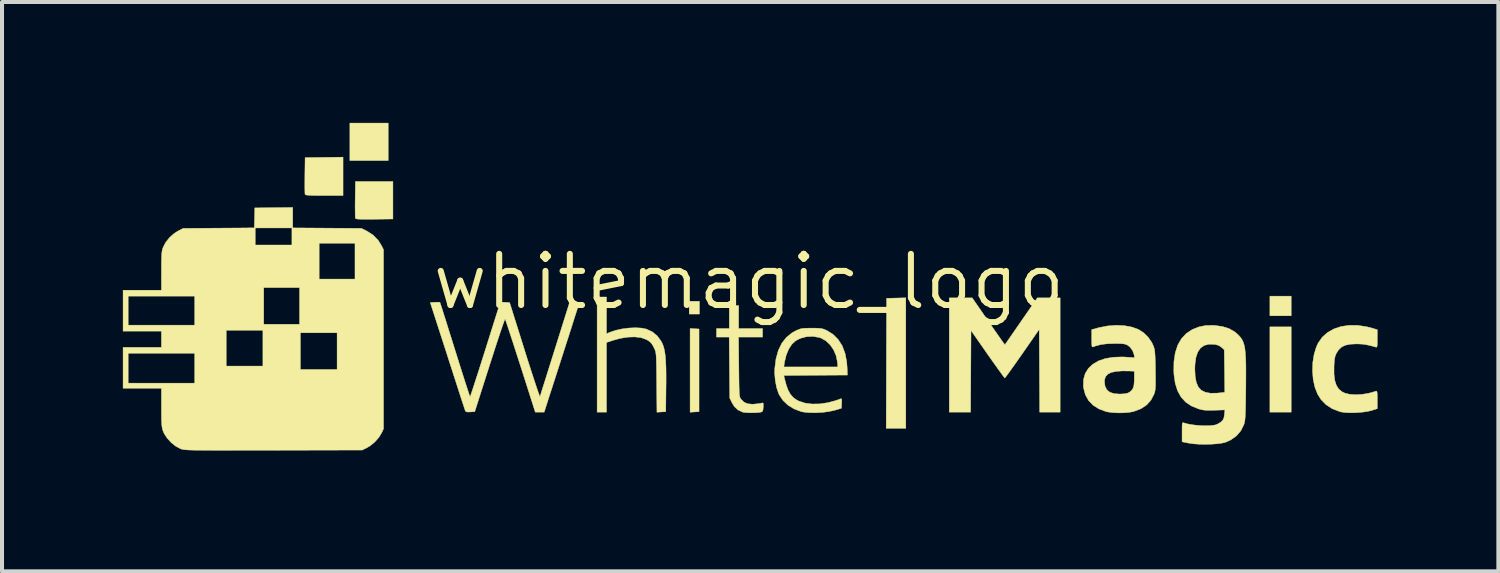
<source format=kicad_pcb>
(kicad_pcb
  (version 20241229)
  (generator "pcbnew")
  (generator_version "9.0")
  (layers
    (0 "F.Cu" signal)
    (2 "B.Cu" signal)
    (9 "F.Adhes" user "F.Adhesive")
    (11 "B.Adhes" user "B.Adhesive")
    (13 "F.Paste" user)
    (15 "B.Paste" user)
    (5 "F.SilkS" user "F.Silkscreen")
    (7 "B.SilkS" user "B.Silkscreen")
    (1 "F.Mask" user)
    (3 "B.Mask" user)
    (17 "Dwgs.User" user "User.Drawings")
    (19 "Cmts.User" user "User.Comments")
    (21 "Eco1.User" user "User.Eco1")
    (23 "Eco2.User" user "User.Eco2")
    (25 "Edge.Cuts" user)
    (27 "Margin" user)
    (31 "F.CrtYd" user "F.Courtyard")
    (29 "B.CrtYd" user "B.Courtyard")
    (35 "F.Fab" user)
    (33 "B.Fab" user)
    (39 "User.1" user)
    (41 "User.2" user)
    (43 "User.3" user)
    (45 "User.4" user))
  (footprint "whitemagic_logo"
    (layer "F.Cu")
    (at 15.541 3.942)
    (property "Reference" "whitemagic_logo" (at 0 0 0) (layer "F.SilkS") (effects (font (size 1.27 1.27) (thickness 0.15))))
    (attr through_hole)
    (fp_poly (pts (xy -8.954 -3.006) (xy -9.906 -3.006) (xy -9.906 -3.937) (xy -8.954 -3.937) (xy -8.954 -3.006)) (stroke (width 0.01) (type solid)) (fill yes) (layer "F.SilkS"))
    (fp_poly (pts (xy -1.228 0.804) (xy -1.482 0.804) (xy -1.482 0.487) (xy -1.228 0.487) (xy -1.228 0.804)) (stroke (width 0.01) (type solid)) (fill yes) (layer "F.SilkS"))
    (fp_poly (pts (xy 13.462 0.847) (xy 12.933 0.847) (xy 12.933 0.36) (xy 13.462 0.36) (xy 13.462 0.847)) (stroke (width 0.01) (type solid)) (fill yes) (layer "F.SilkS"))
    (fp_poly (pts (xy 13.462 3.239) (xy 12.933 3.239) (xy 12.933 1.122) (xy 13.462 1.122) (xy 13.462 3.239)) (stroke (width 0.01) (type solid)) (fill yes) (layer "F.SilkS"))
    (fp_poly (pts (xy -1.238 1.175) (xy -1.238 3.228) (xy -1.349 3.234) (xy -1.46 3.241) (xy -1.46 1.162) (xy -1.238 1.175)) (stroke (width 0.01) (type solid)) (fill yes) (layer "F.SilkS"))
    (fp_poly (pts (xy 3.895 3.641) (xy 3.408 3.641) (xy 3.413 2.027) (xy 3.418 0.413) (xy 3.895 0.401) (xy 3.895 3.641)) (stroke (width 0.01) (type solid)) (fill yes) (layer "F.SilkS"))
    (fp_poly (pts (xy -10.075 -2.138) (xy -10.542 -2.138) (xy -10.702 -2.138) (xy -10.825 -2.14) (xy -10.914 -2.144) (xy -10.973 -2.149) (xy -11.006 -2.156) (xy -11.018 -2.165) (xy -11.021 -2.193) (xy -11.023 -2.257) (xy -11.024 -2.35) (xy -11.024 -2.466) (xy -11.023 -2.597) (xy -11.023 -2.636) (xy -11.017 -3.08) (xy -10.546 -3.085) (xy -10.075 -3.091) (xy -10.075 -2.138)) (stroke (width 0.01) (type solid)) (fill yes) (layer "F.SilkS"))
    (fp_poly (pts (xy -8.837 -1.556) (xy -9.298 -1.55) (xy -9.456 -1.549) (xy -9.576 -1.549) (xy -9.663 -1.551) (xy -9.722 -1.555) (xy -9.755 -1.562) (xy -9.769 -1.571) (xy -9.769 -1.572) (xy -9.772 -1.6) (xy -9.774 -1.665) (xy -9.775 -1.758) (xy -9.776 -1.873) (xy -9.775 -2.004) (xy -9.774 -2.043) (xy -9.768 -2.487) (xy -8.837 -2.487) (xy -8.837 -1.556)) (stroke (width 0.01) (type solid)) (fill yes) (layer "F.SilkS"))
    (fp_poly (pts (xy 5.876 0.884) (xy 5.967 1.016) (xy 6.054 1.142) (xy 6.133 1.255) (xy 6.2 1.351) (xy 6.251 1.424) (xy 6.281 1.466) (xy 6.354 1.567) (xy 6.757 0.985) (xy 7.16 0.402) (xy 7.726 0.402) (xy 7.726 3.239) (xy 7.218 3.239) (xy 7.213 2.211) (xy 7.207 1.184) (xy 6.787 1.788) (xy 6.688 1.929) (xy 6.597 2.058) (xy 6.516 2.172) (xy 6.448 2.266) (xy 6.396 2.337) (xy 6.363 2.38) (xy 6.352 2.392) (xy 6.337 2.375) (xy 6.301 2.328) (xy 6.247 2.253) (xy 6.177 2.156) (xy 6.094 2.04) (xy 6.002 1.91) (xy 5.926 1.802) (xy 5.514 1.212) (xy 5.503 3.239) (xy 4.974 3.239) (xy 4.974 0.402) (xy 5.543 0.402) (xy 5.876 0.884)) (stroke (width 0.01) (type solid)) (fill yes) (layer "F.SilkS"))
    (fp_poly (pts (xy -0.254 1.164) (xy 0.339 1.164) (xy 0.339 1.376) (xy -0.257 1.376) (xy -0.25 2.115) (xy -0.248 2.312) (xy -0.246 2.471) (xy -0.244 2.597) (xy -0.241 2.693) (xy -0.238 2.766) (xy -0.233 2.818) (xy -0.227 2.855) (xy -0.219 2.881) (xy -0.209 2.9) (xy -0.2 2.914) (xy -0.126 2.988) (xy -0.035 3.03) (xy 0.08 3.042) (xy 0.127 3.04) (xy 0.207 3.032) (xy 0.276 3.023) (xy 0.313 3.015) (xy 0.341 3.009) (xy 0.355 3.019) (xy 0.358 3.054) (xy 0.356 3.114) (xy 0.35 3.18) (xy 0.339 3.216) (xy 0.316 3.233) (xy 0.286 3.241) (xy 0.219 3.25) (xy 0.13 3.254) (xy 0.032 3.255) (xy -0.059 3.251) (xy -0.13 3.244) (xy -0.153 3.239) (xy -0.27 3.185) (xy -0.36 3.102) (xy -0.417 3.01) (xy -0.476 2.889) (xy -0.483 2.133) (xy -0.49 1.376) (xy -0.804 1.376) (xy -0.804 1.164) (xy -0.487 1.164) (xy -0.487 0.593) (xy -0.254 0.593) (xy -0.254 1.164)) (stroke (width 0.01) (type solid)) (fill yes) (layer "F.SilkS"))
    (fp_poly (pts (xy -3.535 1.292) (xy -3.455 1.258) (xy -3.311 1.209) (xy -3.149 1.173) (xy -2.98 1.151) (xy -2.815 1.144) (xy -2.665 1.152) (xy -2.545 1.177) (xy -2.395 1.247) (xy -2.271 1.35) (xy -2.175 1.484) (xy -2.164 1.504) (xy -2.134 1.571) (xy -2.11 1.646) (xy -2.091 1.733) (xy -2.076 1.838) (xy -2.066 1.963) (xy -2.059 2.114) (xy -2.056 2.296) (xy -2.056 2.514) (xy -2.058 2.646) (xy -2.064 3.228) (xy -2.173 3.234) (xy -2.283 3.241) (xy -2.29 2.504) (xy -2.292 2.308) (xy -2.294 2.149) (xy -2.296 2.023) (xy -2.299 1.925) (xy -2.302 1.85) (xy -2.308 1.794) (xy -2.314 1.751) (xy -2.323 1.718) (xy -2.333 1.689) (xy -2.345 1.662) (xy -2.392 1.571) (xy -2.441 1.508) (xy -2.502 1.461) (xy -2.549 1.435) (xy -2.677 1.39) (xy -2.832 1.371) (xy -3.007 1.377) (xy -3.196 1.408) (xy -3.359 1.453) (xy -3.535 1.51) (xy -3.535 3.239) (xy -3.768 3.239) (xy -3.768 0.381) (xy -3.535 0.381) (xy -3.535 1.292)) (stroke (width 0.01) (type solid)) (fill yes) (layer "F.SilkS"))
    (fp_poly (pts (xy 15.112 1.085) (xy 15.336 1.119) (xy 15.489 1.159) (xy 15.6 1.193) (xy 15.6 1.414) (xy 15.6 1.512) (xy 15.597 1.576) (xy 15.592 1.611) (xy 15.582 1.625) (xy 15.565 1.625) (xy 15.552 1.621) (xy 15.424 1.586) (xy 15.32 1.564) (xy 15.228 1.551) (xy 15.131 1.546) (xy 15.076 1.545) (xy 14.924 1.553) (xy 14.805 1.578) (xy 14.711 1.624) (xy 14.637 1.695) (xy 14.578 1.789) (xy 14.556 1.842) (xy 14.541 1.909) (xy 14.531 1.998) (xy 14.525 2.103) (xy 14.525 2.295) (xy 14.544 2.451) (xy 14.584 2.575) (xy 14.646 2.67) (xy 14.73 2.737) (xy 14.789 2.765) (xy 14.91 2.796) (xy 15.057 2.806) (xy 15.219 2.798) (xy 15.384 2.771) (xy 15.541 2.727) (xy 15.567 2.717) (xy 15.582 2.717) (xy 15.591 2.734) (xy 15.597 2.774) (xy 15.599 2.845) (xy 15.6 2.928) (xy 15.6 3.152) (xy 15.457 3.198) (xy 15.35 3.223) (xy 15.218 3.241) (xy 15.073 3.252) (xy 14.929 3.255) (xy 14.799 3.249) (xy 14.693 3.233) (xy 14.674 3.228) (xy 14.486 3.157) (xy 14.329 3.056) (xy 14.201 2.925) (xy 14.115 2.787) (xy 14.049 2.616) (xy 14.007 2.422) (xy 13.991 2.215) (xy 13.998 2.005) (xy 14.031 1.803) (xy 14.087 1.619) (xy 14.133 1.521) (xy 14.234 1.377) (xy 14.365 1.261) (xy 14.522 1.173) (xy 14.701 1.113) (xy 14.899 1.084) (xy 15.112 1.085)) (stroke (width 0.01) (type solid)) (fill yes) (layer "F.SilkS"))
    (fp_poly (pts (xy 1.668 1.154) (xy 1.748 1.158) (xy 1.809 1.166) (xy 1.86 1.18) (xy 1.913 1.202) (xy 1.93 1.21) (xy 2.086 1.306) (xy 2.214 1.433) (xy 2.315 1.59) (xy 2.386 1.776) (xy 2.428 1.99) (xy 2.439 2.138) (xy 2.445 2.318) (xy 1.656 2.323) (xy 0.867 2.329) (xy 0.88 2.387) (xy 0.924 2.555) (xy 0.971 2.688) (xy 1.027 2.79) (xy 1.094 2.869) (xy 1.177 2.931) (xy 1.239 2.964) (xy 1.391 3.014) (xy 1.568 3.037) (xy 1.762 3.034) (xy 1.966 3.003) (xy 2.172 2.947) (xy 2.271 2.91) (xy 2.292 2.905) (xy 2.303 2.919) (xy 2.305 2.96) (xy 2.303 3.019) (xy 2.297 3.143) (xy 2.127 3.193) (xy 1.987 3.224) (xy 1.828 3.245) (xy 1.661 3.254) (xy 1.502 3.252) (xy 1.361 3.238) (xy 1.291 3.223) (xy 1.119 3.158) (xy 0.968 3.064) (xy 0.844 2.946) (xy 0.753 2.809) (xy 0.738 2.777) (xy 0.688 2.629) (xy 0.655 2.456) (xy 0.639 2.277) (xy 0.641 2.158) (xy 0.647 2.117) (xy 0.867 2.117) (xy 2.207 2.117) (xy 2.196 1.992) (xy 2.165 1.837) (xy 2.103 1.694) (xy 2.017 1.568) (xy 1.911 1.468) (xy 1.79 1.4) (xy 1.756 1.388) (xy 1.594 1.359) (xy 1.431 1.366) (xy 1.277 1.407) (xy 1.162 1.466) (xy 1.067 1.553) (xy 0.987 1.675) (xy 0.925 1.826) (xy 0.884 1.999) (xy 0.88 2.027) (xy 0.867 2.117) (xy 0.647 2.117) (xy 0.672 1.917) (xy 0.73 1.708) (xy 0.816 1.53) (xy 0.93 1.384) (xy 1.072 1.269) (xy 1.161 1.22) (xy 1.224 1.192) (xy 1.276 1.173) (xy 1.329 1.161) (xy 1.396 1.156) (xy 1.486 1.154) (xy 1.556 1.154) (xy 1.668 1.154)) (stroke (width 0.01) (type solid)) (fill yes) (layer "F.SilkS"))
    (fp_poly (pts (xy 9.319 1.092) (xy 9.51 1.128) (xy 9.666 1.184) (xy 9.794 1.265) (xy 9.909 1.377) (xy 10 1.507) (xy 10.036 1.583) (xy 10.052 1.625) (xy 10.064 1.668) (xy 10.073 1.717) (xy 10.079 1.779) (xy 10.084 1.861) (xy 10.088 1.97) (xy 10.091 2.111) (xy 10.092 2.191) (xy 10.094 2.349) (xy 10.095 2.471) (xy 10.094 2.564) (xy 10.091 2.634) (xy 10.086 2.687) (xy 10.077 2.73) (xy 10.065 2.77) (xy 10.056 2.796) (xy 9.98 2.942) (xy 9.873 3.061) (xy 9.733 3.154) (xy 9.56 3.22) (xy 9.535 3.227) (xy 9.428 3.246) (xy 9.296 3.256) (xy 9.154 3.257) (xy 9.017 3.249) (xy 8.9 3.233) (xy 8.869 3.226) (xy 8.691 3.16) (xy 8.545 3.068) (xy 8.432 2.95) (xy 8.353 2.809) (xy 8.309 2.645) (xy 8.302 2.59) (xy 8.306 2.48) (xy 8.826 2.48) (xy 8.841 2.596) (xy 8.885 2.684) (xy 8.96 2.745) (xy 9.067 2.78) (xy 9.207 2.79) (xy 9.233 2.789) (xy 9.329 2.783) (xy 9.395 2.769) (xy 9.444 2.747) (xy 9.455 2.739) (xy 9.506 2.693) (xy 9.539 2.64) (xy 9.558 2.569) (xy 9.566 2.471) (xy 9.567 2.408) (xy 9.567 2.223) (xy 9.456 2.218) (xy 9.266 2.216) (xy 9.113 2.228) (xy 8.996 2.253) (xy 8.912 2.295) (xy 8.857 2.352) (xy 8.831 2.428) (xy 8.826 2.48) (xy 8.306 2.48) (xy 8.307 2.426) (xy 8.349 2.28) (xy 8.426 2.154) (xy 8.536 2.05) (xy 8.677 1.967) (xy 8.847 1.909) (xy 9.045 1.876) (xy 9.268 1.868) (xy 9.353 1.872) (xy 9.573 1.887) (xy 9.561 1.811) (xy 9.524 1.708) (xy 9.456 1.619) (xy 9.391 1.571) (xy 9.351 1.555) (xy 9.299 1.544) (xy 9.226 1.538) (xy 9.123 1.536) (xy 9.07 1.536) (xy 8.89 1.542) (xy 8.74 1.561) (xy 8.61 1.595) (xy 8.546 1.619) (xy 8.53 1.623) (xy 8.519 1.612) (xy 8.513 1.58) (xy 8.51 1.521) (xy 8.509 1.427) (xy 8.509 1.412) (xy 8.509 1.19) (xy 8.681 1.143) (xy 8.896 1.1) (xy 9.112 1.083) (xy 9.319 1.092)) (stroke (width 0.01) (type solid)) (fill yes) (layer "F.SilkS"))
    (fp_poly (pts (xy 11.557 1.086) (xy 11.752 1.113) (xy 11.916 1.163) (xy 12.053 1.241) (xy 12.108 1.285) (xy 12.161 1.335) (xy 12.205 1.385) (xy 12.241 1.438) (xy 12.271 1.5) (xy 12.294 1.573) (xy 12.312 1.662) (xy 12.324 1.771) (xy 12.332 1.904) (xy 12.337 2.064) (xy 12.338 2.256) (xy 12.337 2.484) (xy 12.336 2.661) (xy 12.333 2.868) (xy 12.331 3.037) (xy 12.328 3.172) (xy 12.324 3.279) (xy 12.32 3.362) (xy 12.314 3.426) (xy 12.308 3.474) (xy 12.299 3.512) (xy 12.289 3.545) (xy 12.289 3.545) (xy 12.212 3.701) (xy 12.103 3.828) (xy 11.963 3.928) (xy 11.838 3.985) (xy 11.749 4.007) (xy 11.629 4.024) (xy 11.488 4.034) (xy 11.336 4.038) (xy 11.185 4.036) (xy 11.043 4.026) (xy 10.922 4.009) (xy 10.917 4.008) (xy 10.753 3.975) (xy 10.753 3.732) (xy 10.753 3.627) (xy 10.755 3.558) (xy 10.76 3.519) (xy 10.769 3.502) (xy 10.783 3.5) (xy 10.79 3.503) (xy 10.887 3.531) (xy 11.011 3.553) (xy 11.151 3.569) (xy 11.294 3.576) (xy 11.427 3.575) (xy 11.538 3.564) (xy 11.585 3.555) (xy 11.656 3.524) (xy 11.723 3.48) (xy 11.729 3.475) (xy 11.769 3.431) (xy 11.792 3.378) (xy 11.804 3.301) (xy 11.816 3.183) (xy 11.561 3.192) (xy 11.442 3.195) (xy 11.353 3.193) (xy 11.28 3.186) (xy 11.211 3.171) (xy 11.159 3.157) (xy 10.985 3.086) (xy 10.841 2.989) (xy 10.727 2.864) (xy 10.641 2.709) (xy 10.583 2.524) (xy 10.552 2.307) (xy 10.548 2.233) (xy 10.548 2.17) (xy 11.07 2.17) (xy 11.079 2.353) (xy 11.106 2.5) (xy 11.155 2.613) (xy 11.228 2.694) (xy 11.328 2.745) (xy 11.456 2.769) (xy 11.616 2.767) (xy 11.701 2.759) (xy 11.813 2.746) (xy 11.807 2.218) (xy 11.8 1.69) (xy 11.733 1.63) (xy 11.662 1.583) (xy 11.571 1.558) (xy 11.552 1.556) (xy 11.414 1.553) (xy 11.301 1.584) (xy 11.21 1.648) (xy 11.143 1.747) (xy 11.097 1.881) (xy 11.074 2.05) (xy 11.07 2.17) (xy 10.548 2.17) (xy 10.551 1.984) (xy 10.584 1.764) (xy 10.646 1.574) (xy 10.738 1.415) (xy 10.858 1.286) (xy 11.007 1.188) (xy 11.009 1.187) (xy 11.17 1.123) (xy 11.335 1.089) (xy 11.518 1.084) (xy 11.557 1.086)) (stroke (width 0.01) (type solid)) (fill yes) (layer "F.SilkS"))
    (fp_poly (pts (xy -5.94 0.519) (xy -5.569 1.7) (xy -5.502 1.914) (xy -5.438 2.114) (xy -5.379 2.297) (xy -5.325 2.46) (xy -5.279 2.6) (xy -5.241 2.712) (xy -5.212 2.794) (xy -5.194 2.842) (xy -5.187 2.854) (xy -5.179 2.829) (xy -5.159 2.767) (xy -5.13 2.673) (xy -5.091 2.549) (xy -5.043 2.399) (xy -4.99 2.228) (xy -4.93 2.038) (xy -4.866 1.834) (xy -4.815 1.672) (xy -4.453 0.519) (xy -4.333 0.512) (xy -4.268 0.511) (xy -4.224 0.515) (xy -4.212 0.521) (xy -4.218 0.544) (xy -4.237 0.603) (xy -4.265 0.695) (xy -4.304 0.816) (xy -4.351 0.963) (xy -4.404 1.132) (xy -4.464 1.319) (xy -4.529 1.52) (xy -4.574 1.66) (xy -4.644 1.878) (xy -4.712 2.09) (xy -4.777 2.291) (xy -4.837 2.478) (xy -4.891 2.646) (xy -4.938 2.789) (xy -4.975 2.904) (xy -5.001 2.985) (xy -5.009 3.011) (xy -5.082 3.239) (xy -5.303 3.239) (xy -5.67 2.09) (xy -5.738 1.879) (xy -5.803 1.679) (xy -5.862 1.495) (xy -5.916 1.331) (xy -5.962 1.189) (xy -6 1.075) (xy -6.029 0.99) (xy -6.047 0.94) (xy -6.052 0.926) (xy -6.061 0.943) (xy -6.081 0.996) (xy -6.112 1.083) (xy -6.152 1.2) (xy -6.2 1.343) (xy -6.255 1.509) (xy -6.315 1.694) (xy -6.38 1.896) (xy -6.436 2.069) (xy -6.806 3.228) (xy -6.917 3.234) (xy -6.985 3.236) (xy -7.023 3.227) (xy -7.041 3.206) (xy -7.042 3.203) (xy -7.051 3.176) (xy -7.072 3.113) (xy -7.103 3.017) (xy -7.145 2.89) (xy -7.194 2.737) (xy -7.251 2.561) (xy -7.314 2.366) (xy -7.382 2.154) (xy -7.455 1.93) (xy -7.483 1.841) (xy -7.91 0.519) (xy -7.794 0.512) (xy -7.729 0.51) (xy -7.683 0.511) (xy -7.67 0.514) (xy -7.663 0.535) (xy -7.644 0.593) (xy -7.614 0.684) (xy -7.576 0.805) (xy -7.529 0.952) (xy -7.476 1.121) (xy -7.417 1.31) (xy -7.353 1.513) (xy -7.298 1.69) (xy -7.231 1.903) (xy -7.168 2.104) (xy -7.109 2.288) (xy -7.057 2.453) (xy -7.011 2.594) (xy -6.974 2.709) (xy -6.946 2.793) (xy -6.928 2.844) (xy -6.922 2.857) (xy -6.914 2.838) (xy -6.894 2.781) (xy -6.864 2.692) (xy -6.825 2.572) (xy -6.778 2.426) (xy -6.723 2.258) (xy -6.663 2.07) (xy -6.599 1.867) (xy -6.54 1.682) (xy -6.17 0.507) (xy -5.94 0.519)) (stroke (width 0.01) (type solid)) (fill yes) (layer "F.SilkS"))
    (fp_poly (pts (xy -11.324 -1.335) (xy -10.472 -1.329) (xy -9.619 -1.323) (xy -9.478 -1.253) (xy -9.326 -1.155) (xy -9.202 -1.026) (xy -9.12 -0.894) (xy -9.07 -0.794) (xy -9.07 3.651) (xy -9.116 3.751) (xy -9.187 3.867) (xy -9.286 3.979) (xy -9.399 4.073) (xy -9.48 4.122) (xy -9.599 4.18) (xy -11.8 4.185) (xy -12.154 4.186) (xy -12.467 4.186) (xy -12.743 4.186) (xy -12.984 4.187) (xy -13.193 4.187) (xy -13.373 4.186) (xy -13.525 4.185) (xy -13.652 4.184) (xy -13.758 4.183) (xy -13.844 4.181) (xy -13.912 4.178) (xy -13.966 4.175) (xy -14.008 4.171) (xy -14.041 4.167) (xy -14.066 4.161) (xy -14.087 4.156) (xy -14.106 4.149) (xy -14.117 4.145) (xy -14.23 4.084) (xy -14.341 3.995) (xy -14.44 3.887) (xy -14.514 3.774) (xy -14.539 3.719) (xy -14.554 3.676) (xy -14.565 3.632) (xy -14.573 3.581) (xy -14.578 3.516) (xy -14.582 3.432) (xy -14.583 3.32) (xy -14.584 3.175) (xy -14.584 3.121) (xy -14.584 2.646) (xy -15.536 2.646) (xy -15.536 1.778) (xy -15.409 1.778) (xy -15.409 2.519) (xy -13.758 2.519) (xy -13.758 1.778) (xy -15.409 1.778) (xy -15.536 1.778) (xy -15.536 1.63) (xy -14.584 1.63) (xy -14.584 1.228) (xy -15.536 1.228) (xy -15.536 1.206) (xy -12.975 1.206) (xy -12.975 2.095) (xy -12.065 2.095) (xy -12.065 1.27) (xy -11.134 1.27) (xy -11.134 2.18) (xy -10.223 2.18) (xy -10.223 1.27) (xy -11.134 1.27) (xy -12.065 1.27) (xy -12.065 1.206) (xy -12.975 1.206) (xy -15.536 1.206) (xy -15.536 0.36) (xy -15.409 0.36) (xy -15.409 1.079) (xy -13.758 1.079) (xy -13.758 0.36) (xy -15.409 0.36) (xy -15.536 0.36) (xy -15.536 0.212) (xy -14.584 0.212) (xy -14.584 0.148) (xy -12.044 0.148) (xy -12.044 1.058) (xy -11.155 1.058) (xy -11.155 0.148) (xy -12.044 0.148) (xy -14.584 0.148) (xy -14.584 -0.264) (xy -14.584 -0.421) (xy -14.582 -0.543) (xy -14.579 -0.635) (xy -14.575 -0.705) (xy -14.568 -0.759) (xy -14.558 -0.804) (xy -14.544 -0.845) (xy -14.54 -0.856) (xy -14.475 -0.98) (xy -14.38 -1.098) (xy -14.264 -1.2) (xy -14.168 -1.26) (xy -14.044 -1.323) (xy -13.161 -1.329) (xy -12.575 -1.333) (xy -12.255 -1.333) (xy -12.255 -0.91) (xy -11.345 -0.91) (xy -11.345 -0.953) (xy -10.668 -0.953) (xy -10.668 -0.064) (xy -9.779 -0.064) (xy -9.779 -0.953) (xy -10.668 -0.953) (xy -11.345 -0.953) (xy -11.345 -1.333) (xy -12.255 -1.333) (xy -12.575 -1.333) (xy -12.278 -1.336) (xy -12.272 -1.583) (xy -12.266 -1.831) (xy -11.795 -1.837) (xy -11.324 -1.842) (xy -11.324 -1.335)) (stroke (width 0.01) (type solid)) (fill yes) (layer "F.SilkS")))
  (gr_rect
    (start -3 -3)
    (end 34.146 11.134)
    (stroke (width 0.1) (type default))
    (fill no)
    (layer "Edge.Cuts")))
</source>
